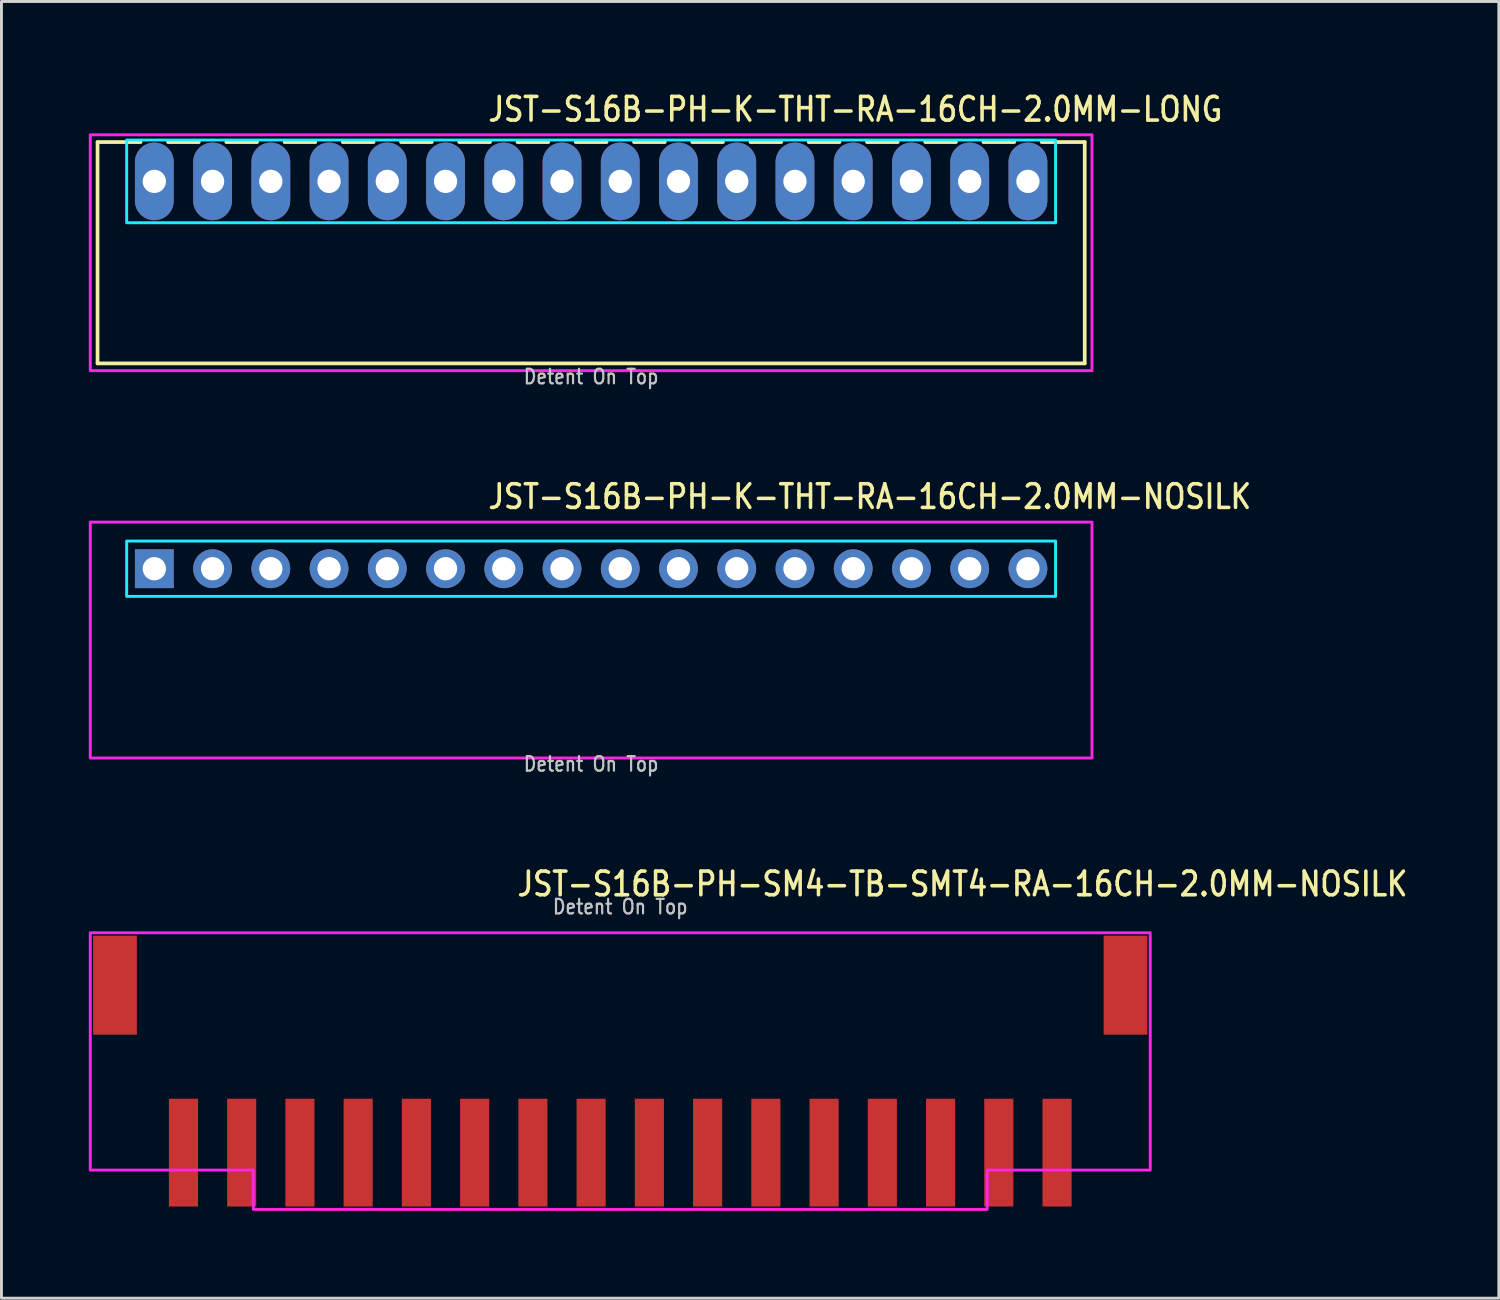
<source format=kicad_pcb>
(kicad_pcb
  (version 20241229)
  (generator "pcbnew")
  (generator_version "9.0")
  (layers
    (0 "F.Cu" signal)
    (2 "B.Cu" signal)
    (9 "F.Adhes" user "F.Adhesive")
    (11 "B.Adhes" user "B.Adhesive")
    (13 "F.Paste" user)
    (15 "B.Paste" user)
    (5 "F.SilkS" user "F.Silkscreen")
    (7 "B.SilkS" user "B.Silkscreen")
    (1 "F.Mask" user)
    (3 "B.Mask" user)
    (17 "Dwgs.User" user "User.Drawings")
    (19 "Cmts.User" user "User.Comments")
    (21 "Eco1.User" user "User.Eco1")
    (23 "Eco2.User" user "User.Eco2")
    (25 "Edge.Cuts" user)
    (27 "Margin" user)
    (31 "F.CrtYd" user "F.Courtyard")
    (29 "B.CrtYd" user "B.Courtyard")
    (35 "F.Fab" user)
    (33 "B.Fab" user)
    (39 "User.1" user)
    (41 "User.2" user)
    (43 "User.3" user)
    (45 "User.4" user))
  (footprint "JST-S16B-PH-SM4-TB-SMT4-RA-16CH-2.0MM-NOSILK"
    (layer "F.Cu")
    (at 18.25 30.782)
    (property "Reference" "JST-S16B-PH-SM4-TB-SMT4-RA-16CH-2.0MM-NOSILK" (at -3.6 -3 0) (unlocked yes) (layer "F.SilkS") (effects (font (size 0.813 0.695) (thickness 0.122)) (justify left bottom)))
    (fp_poly (pts (xy -18.2 -1.8) (xy -18.2 6.35) (xy -12.6 6.35) (xy -12.6 7.7) (xy 12.6 7.7) (xy 12.6 6.35) (xy 18.2 6.35) (xy 18.2 -1.8)) (stroke (width 0.1) (type solid)) (fill no) (layer "F.CrtYd"))
    (fp_text user "Detent On Top" (at 0 -2.4 0) (unlocked yes) (layer "Dwgs.User") (effects (font (size 0.5 0.427) (thickness 0.075)) (justify bottom)))
    (pad "P$1" smd rect (at 15 5.75) (size 1 3.7) (layers "F.Cu" "F.Mask" "F.Paste"))
    (pad "P$2" smd rect (at 13 5.75) (size 1 3.7) (layers "F.Cu" "F.Mask" "F.Paste"))
    (pad "P$3" smd rect (at 11 5.75) (size 1 3.7) (layers "F.Cu" "F.Mask" "F.Paste"))
    (pad "P$4" smd rect (at 9 5.75) (size 1 3.7) (layers "F.Cu" "F.Mask" "F.Paste"))
    (pad "P$5" smd rect (at 7 5.75) (size 1 3.7) (layers "F.Cu" "F.Mask" "F.Paste"))
    (pad "P$6" smd rect (at 5 5.75) (size 1 3.7) (layers "F.Cu" "F.Mask" "F.Paste"))
    (pad "P$7" smd rect (at 3 5.75) (size 1 3.7) (layers "F.Cu" "F.Mask" "F.Paste"))
    (pad "P$8" smd rect (at 1 5.75) (size 1 3.7) (layers "F.Cu" "F.Mask" "F.Paste"))
    (pad "P$9" smd rect (at -1 5.75) (size 1 3.7) (layers "F.Cu" "F.Mask" "F.Paste"))
    (pad "P$10" smd rect (at -3 5.75) (size 1 3.7) (layers "F.Cu" "F.Mask" "F.Paste"))
    (pad "P$11" smd rect (at -5 5.75) (size 1 3.7) (layers "F.Cu" "F.Mask" "F.Paste"))
    (pad "P$12" smd rect (at -7 5.75) (size 1 3.7) (layers "F.Cu" "F.Mask" "F.Paste"))
    (pad "P$13" smd rect (at -9 5.75) (size 1 3.7) (layers "F.Cu" "F.Mask" "F.Paste"))
    (pad "P$14" smd rect (at -11 5.75) (size 1 3.7) (layers "F.Cu" "F.Mask" "F.Paste"))
    (pad "P$15" smd rect (at -13 5.75) (size 1 3.7) (layers "F.Cu" "F.Mask" "F.Paste"))
    (pad "P$16" smd rect (at -15 5.75) (size 1 3.7) (layers "F.Cu" "F.Mask" "F.Paste"))
    (pad "S$1" smd rect (at -17.35 0) (size 1.5 3.4) (layers "F.Cu" "F.Mask" "F.Paste"))
    (pad "S$2" smd rect (at 17.35 0) (size 1.5 3.4) (layers "F.Cu" "F.Mask" "F.Paste")))
  (footprint "JST-S16B-PH-K-THT-RA-16CH-2.0MM-NOSILK"
    (layer "F.Cu")
    (at 17.25 16.48)
    (property "Reference" "JST-S16B-PH-K-THT-RA-16CH-2.0MM-NOSILK" (at -3.6 -2 0) (unlocked yes) (layer "F.SilkS") (effects (font (size 0.813 0.695) (thickness 0.122)) (justify left bottom)))
    (fp_poly (pts (xy -15.95 -0.95) (xy -15.95 0.95) (xy 15.95 0.95) (xy 15.95 -0.95)) (stroke (width 0.1) (type solid)) (fill no) (layer "B.CrtYd"))
    (fp_poly (pts (xy -17.2 -1.6) (xy -17.2 6.5) (xy 17.2 6.5) (xy 17.2 -1.6)) (stroke (width 0.1) (type solid)) (fill no) (layer "F.CrtYd"))
    (fp_text user "Detent On Top" (at 0 7 0) (unlocked yes) (layer "Dwgs.User") (effects (font (size 0.5 0.427) (thickness 0.075)) (justify bottom)))
    (pad "P$1" thru_hole rect (at -15 0) (size 1.333 1.333) (drill 0.8) (layers "*.Cu" "*.Mask"))
    (pad "P$2" thru_hole oval (at -13 0) (size 1.333 1.333) (drill 0.8) (layers "*.Cu" "*.Mask"))
    (pad "P$3" thru_hole oval (at -11 0) (size 1.333 1.333) (drill 0.8) (layers "*.Cu" "*.Mask"))
    (pad "P$4" thru_hole oval (at -9 0) (size 1.333 1.333) (drill 0.8) (layers "*.Cu" "*.Mask"))
    (pad "P$5" thru_hole oval (at -7 0) (size 1.333 1.333) (drill 0.8) (layers "*.Cu" "*.Mask"))
    (pad "P$6" thru_hole oval (at -5 0) (size 1.333 1.333) (drill 0.8) (layers "*.Cu" "*.Mask"))
    (pad "P$7" thru_hole oval (at -3 0) (size 1.333 1.333) (drill 0.8) (layers "*.Cu" "*.Mask"))
    (pad "P$8" thru_hole oval (at -1 0) (size 1.333 1.333) (drill 0.8) (layers "*.Cu" "*.Mask"))
    (pad "P$9" thru_hole oval (at 1 0) (size 1.333 1.333) (drill 0.8) (layers "*.Cu" "*.Mask"))
    (pad "P$10" thru_hole oval (at 3 0) (size 1.333 1.333) (drill 0.8) (layers "*.Cu" "*.Mask"))
    (pad "P$11" thru_hole oval (at 5 0) (size 1.333 1.333) (drill 0.8) (layers "*.Cu" "*.Mask"))
    (pad "P$12" thru_hole oval (at 7 0) (size 1.333 1.333) (drill 0.8) (layers "*.Cu" "*.Mask"))
    (pad "P$13" thru_hole oval (at 9 0) (size 1.333 1.333) (drill 0.8) (layers "*.Cu" "*.Mask"))
    (pad "P$14" thru_hole oval (at 11 0) (size 1.333 1.333) (drill 0.8) (layers "*.Cu" "*.Mask"))
    (pad "P$15" thru_hole oval (at 13 0) (size 1.333 1.333) (drill 0.8) (layers "*.Cu" "*.Mask"))
    (pad "P$16" thru_hole oval (at 15 0) (size 1.333 1.333) (drill 0.8) (layers "*.Cu" "*.Mask")))
  (footprint "JST-S16B-PH-K-THT-RA-16CH-2.0MM-LONG"
    (layer "F.Cu")
    (at 17.25 3.179)
    (property "Reference" "JST-S16B-PH-K-THT-RA-16CH-2.0MM-LONG" (at -3.6 -2 0) (unlocked yes) (layer "F.SilkS") (effects (font (size 0.813 0.695) (thickness 0.122)) (justify left bottom)))
    (fp_line (start -16.95 -1.35) (end -15.471 -1.35) (stroke (width 0.127) (type solid)) (layer "F.SilkS"))
    (fp_line (start -16.95 6.25) (end -16.95 -1.35) (stroke (width 0.127) (type solid)) (layer "F.SilkS"))
    (fp_line (start -16.95 6.25) (end 16.95 6.25) (stroke (width 0.127) (type solid)) (layer "F.SilkS"))
    (fp_line (start -14.529 -1.35) (end -13.471 -1.35) (stroke (width 0.127) (type solid)) (layer "F.SilkS"))
    (fp_line (start -12.529 -1.35) (end -11.471 -1.35) (stroke (width 0.127) (type solid)) (layer "F.SilkS"))
    (fp_line (start -10.529 -1.35) (end -9.471 -1.35) (stroke (width 0.127) (type solid)) (layer "F.SilkS"))
    (fp_line (start -8.529 -1.35) (end -7.471 -1.35) (stroke (width 0.127) (type solid)) (layer "F.SilkS"))
    (fp_line (start -6.529 -1.35) (end -5.471 -1.35) (stroke (width 0.127) (type solid)) (layer "F.SilkS"))
    (fp_line (start -4.529 -1.35) (end -3.471 -1.35) (stroke (width 0.127) (type solid)) (layer "F.SilkS"))
    (fp_line (start -2.529 -1.35) (end -1.471 -1.35) (stroke (width 0.127) (type solid)) (layer "F.SilkS"))
    (fp_line (start -0.529 -1.35) (end 0.529 -1.35) (stroke (width 0.127) (type solid)) (layer "F.SilkS"))
    (fp_line (start 1.471 -1.35) (end 2.529 -1.35) (stroke (width 0.127) (type solid)) (layer "F.SilkS"))
    (fp_line (start 3.471 -1.35) (end 4.529 -1.35) (stroke (width 0.127) (type solid)) (layer "F.SilkS"))
    (fp_line (start 5.471 -1.35) (end 6.529 -1.35) (stroke (width 0.127) (type solid)) (layer "F.SilkS"))
    (fp_line (start 7.471 -1.35) (end 8.529 -1.35) (stroke (width 0.127) (type solid)) (layer "F.SilkS"))
    (fp_line (start 9.471 -1.35) (end 10.529 -1.35) (stroke (width 0.127) (type solid)) (layer "F.SilkS"))
    (fp_line (start 11.471 -1.35) (end 12.529 -1.35) (stroke (width 0.127) (type solid)) (layer "F.SilkS"))
    (fp_line (start 13.471 -1.35) (end 14.529 -1.35) (stroke (width 0.127) (type solid)) (layer "F.SilkS"))
    (fp_line (start 15.471 -1.35) (end 16.95 -1.35) (stroke (width 0.127) (type solid)) (layer "F.SilkS"))
    (fp_line (start 16.95 -1.35) (end 16.95 6.25) (stroke (width 0.127) (type solid)) (layer "F.SilkS"))
    (fp_poly (pts (xy -15.95 -1.42) (xy -15.95 1.42) (xy 15.95 1.42) (xy 15.95 -1.42)) (stroke (width 0.1) (type solid)) (fill no) (layer "B.CrtYd"))
    (fp_poly (pts (xy -17.2 -1.6) (xy -17.2 6.5) (xy 17.2 6.5) (xy 17.2 -1.6)) (stroke (width 0.1) (type solid)) (fill no) (layer "F.CrtYd"))
    (fp_text user "Detent On Top" (at 0 7 0) (unlocked yes) (layer "Dwgs.User") (effects (font (size 0.5 0.427) (thickness 0.075)) (justify bottom)))
    (pad "P$1" thru_hole oval (at -15 0 90) (size 2.667 1.333) (drill 0.8) (layers "*.Cu" "*.Mask"))
    (pad "P$2" thru_hole oval (at -13 0 90) (size 2.667 1.333) (drill 0.8) (layers "*.Cu" "*.Mask"))
    (pad "P$3" thru_hole oval (at -11 0 90) (size 2.667 1.333) (drill 0.8) (layers "*.Cu" "*.Mask"))
    (pad "P$4" thru_hole oval (at -9 0 90) (size 2.667 1.333) (drill 0.8) (layers "*.Cu" "*.Mask"))
    (pad "P$5" thru_hole oval (at -7 0 90) (size 2.667 1.333) (drill 0.8) (layers "*.Cu" "*.Mask"))
    (pad "P$6" thru_hole oval (at -5 0 90) (size 2.667 1.333) (drill 0.8) (layers "*.Cu" "*.Mask"))
    (pad "P$7" thru_hole oval (at -3 0 90) (size 2.667 1.333) (drill 0.8) (layers "*.Cu" "*.Mask"))
    (pad "P$8" thru_hole oval (at -1 0 90) (size 2.667 1.333) (drill 0.8) (layers "*.Cu" "*.Mask"))
    (pad "P$9" thru_hole oval (at 1 0 90) (size 2.667 1.333) (drill 0.8) (layers "*.Cu" "*.Mask"))
    (pad "P$10" thru_hole oval (at 3 0 90) (size 2.667 1.333) (drill 0.8) (layers "*.Cu" "*.Mask"))
    (pad "P$11" thru_hole oval (at 5 0 90) (size 2.667 1.333) (drill 0.8) (layers "*.Cu" "*.Mask"))
    (pad "P$12" thru_hole oval (at 7 0 90) (size 2.667 1.333) (drill 0.8) (layers "*.Cu" "*.Mask"))
    (pad "P$13" thru_hole oval (at 9 0 90) (size 2.667 1.333) (drill 0.8) (layers "*.Cu" "*.Mask"))
    (pad "P$14" thru_hole oval (at 11 0 90) (size 2.667 1.333) (drill 0.8) (layers "*.Cu" "*.Mask"))
    (pad "P$15" thru_hole oval (at 13 0 90) (size 2.667 1.333) (drill 0.8) (layers "*.Cu" "*.Mask"))
    (pad "P$16" thru_hole oval (at 15 0 90) (size 2.667 1.333) (drill 0.8) (layers "*.Cu" "*.Mask")))
  (gr_rect
    (start -3 -3)
    (end 48.421 41.532)
    (stroke (width 0.1) (type default))
    (fill no)
    (layer "Edge.Cuts")))
</source>
